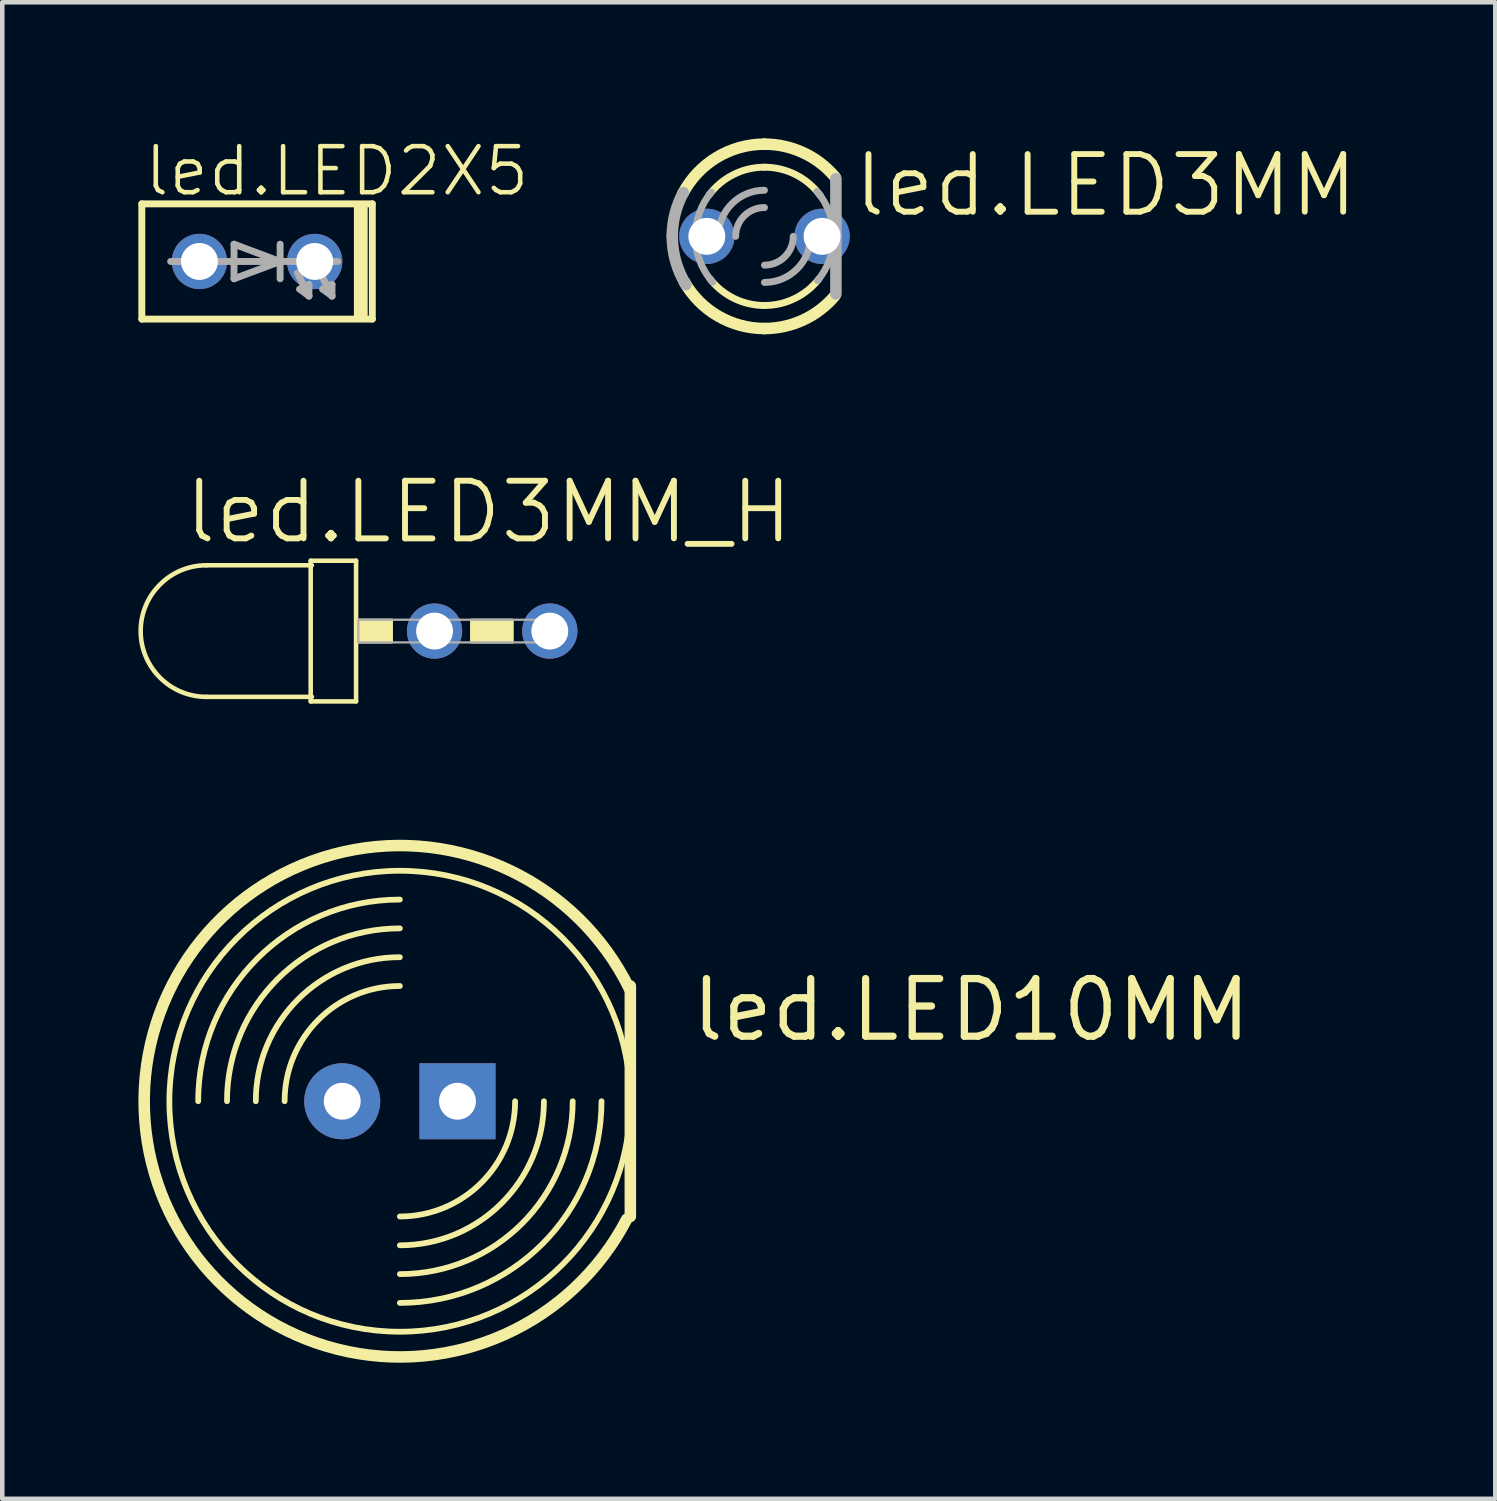
<source format=kicad_pcb>
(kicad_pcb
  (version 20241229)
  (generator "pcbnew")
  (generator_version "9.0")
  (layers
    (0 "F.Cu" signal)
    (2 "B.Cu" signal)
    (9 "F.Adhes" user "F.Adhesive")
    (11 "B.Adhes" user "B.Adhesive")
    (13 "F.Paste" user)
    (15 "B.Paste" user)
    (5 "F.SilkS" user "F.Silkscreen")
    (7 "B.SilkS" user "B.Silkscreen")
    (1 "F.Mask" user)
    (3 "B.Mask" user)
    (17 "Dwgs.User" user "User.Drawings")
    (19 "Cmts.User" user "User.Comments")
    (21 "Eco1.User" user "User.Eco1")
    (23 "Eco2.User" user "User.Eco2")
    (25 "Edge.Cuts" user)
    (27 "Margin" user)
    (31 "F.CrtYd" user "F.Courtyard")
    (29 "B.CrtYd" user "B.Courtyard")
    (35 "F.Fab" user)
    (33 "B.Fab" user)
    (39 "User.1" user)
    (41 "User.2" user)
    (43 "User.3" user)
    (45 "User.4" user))
  (footprint "led.LED3MM_H"
    (layer "F.Cu")
    (at 7.798 10.859)
    (property "Reference" "led.LED3MM_H" (at -6.845 -1.881 0) (layer "F.SilkS") (effects (font (size 1.27 1.27) (thickness 0.13)) (justify left bottom)))
    (attr through_hole)
    (fp_line (start -6.298 1.45) (end -4 1.45) (stroke (width 0.1) (type default)) (layer "F.SilkS"))
    (fp_line (start -4 -1.55) (end -4 -1.45) (stroke (width 0.1) (type default)) (layer "F.SilkS"))
    (fp_line (start -4 -1.45) (end -6.298 -1.45) (stroke (width 0.1) (type default)) (layer "F.SilkS"))
    (fp_line (start -4 -1.45) (end -4 1.45) (stroke (width 0.1) (type default)) (layer "F.SilkS"))
    (fp_line (start -4 1.45) (end -4 1.55) (stroke (width 0.1) (type default)) (layer "F.SilkS"))
    (fp_line (start -4 1.45) (end -3.973 1.45) (stroke (width 0.1) (type default)) (layer "F.SilkS"))
    (fp_line (start -4 1.55) (end -3 1.55) (stroke (width 0.1) (type default)) (layer "F.SilkS"))
    (fp_line (start -3.973 -1.45) (end -4 -1.45) (stroke (width 0.1) (type default)) (layer "F.SilkS"))
    (fp_line (start -3 -1.55) (end -4 -1.55) (stroke (width 0.1) (type default)) (layer "F.SilkS"))
    (fp_line (start -3 1.55) (end -3 -1.55) (stroke (width 0.1) (type default)) (layer "F.SilkS"))
    (fp_rect (start -2.95 0.25) (end -2.212 -0.25) (stroke (width 0.05) (type default)) (fill yes) (layer "F.SilkS"))
    (fp_rect (start -0.463 0.25) (end 0.45 -0.25) (stroke (width 0.05) (type default)) (fill yes) (layer "F.SilkS"))
    (fp_arc (start -6.2975 1.45) (mid -7.7475 0) (end -6.2975 -1.45) (stroke (width 0.1) (type default)) (layer "F.SilkS"))
    (fp_rect (start -2.95 0.25) (end 1.55 -0.25) (stroke (width 0.05) (type default)) (fill no) (layer "F.Fab"))
    (pad "A" thru_hole circle (at -1.27 0) (size 1.219 1.219) (drill 0.813) (layers "*.Cu" "*.Mask"))
    (pad "K" thru_hole circle (at 1.27 0) (size 1.219 1.219) (drill 0.813) (layers "*.Cu" "*.Mask")))
  (footprint "led.LED2X5"
    (layer "F.Cu")
    (at 2.616 2.713)
    (property "Reference" "led.LED2X5" (at -2.54 -1.397 0) (layer "F.SilkS") (effects (font (size 1.016 1.016) (thickness 0.1)) (justify left bottom)))
    (attr through_hole)
    (fp_line (start -2.54 1.27) (end -2.54 -1.27) (stroke (width 0.152) (type default)) (layer "F.SilkS"))
    (fp_line (start -2.54 1.27) (end 2.54 1.27) (stroke (width 0.152) (type default)) (layer "F.SilkS"))
    (fp_line (start 2.54 -1.27) (end -2.54 -1.27) (stroke (width 0.152) (type default)) (layer "F.SilkS"))
    (fp_line (start 2.54 -1.27) (end 2.54 1.27) (stroke (width 0.152) (type default)) (layer "F.SilkS"))
    (fp_rect (start 2.159 1.27) (end 2.413 -1.27) (stroke (width 0.05) (type default)) (fill yes) (layer "F.SilkS"))
    (fp_line (start -1.905 0) (end 0.508 0) (stroke (width 0.152) (type default)) (layer "F.Fab"))
    (fp_line (start -0.508 -0.381) (end -0.508 0.381) (stroke (width 0.152) (type default)) (layer "F.Fab"))
    (fp_line (start -0.508 -0.381) (end 0.508 0) (stroke (width 0.152) (type default)) (layer "F.Fab"))
    (fp_line (start 0.508 -0.381) (end 0.508 0) (stroke (width 0.152) (type default)) (layer "F.Fab"))
    (fp_line (start 0.508 0) (end -0.508 0.381) (stroke (width 0.152) (type default)) (layer "F.Fab"))
    (fp_line (start 0.508 0) (end 0.508 0.381) (stroke (width 0.152) (type default)) (layer "F.Fab"))
    (fp_line (start 0.508 0) (end 1.778 0) (stroke (width 0.152) (type default)) (layer "F.Fab"))
    (fp_line (start 0.889 0.254) (end 1.143 0.762) (stroke (width 0.152) (type default)) (layer "F.Fab"))
    (fp_line (start 0.94 0.61) (end 1.143 0.508) (stroke (width 0.152) (type default)) (layer "F.Fab"))
    (fp_line (start 1.143 0.762) (end 0.94 0.61) (stroke (width 0.152) (type default)) (layer "F.Fab"))
    (fp_line (start 1.143 0.762) (end 1.143 0.508) (stroke (width 0.152) (type default)) (layer "F.Fab"))
    (fp_line (start 1.397 0.254) (end 1.651 0.762) (stroke (width 0.152) (type default)) (layer "F.Fab"))
    (fp_line (start 1.448 0.61) (end 1.651 0.508) (stroke (width 0.152) (type default)) (layer "F.Fab"))
    (fp_line (start 1.651 0.762) (end 1.448 0.61) (stroke (width 0.152) (type default)) (layer "F.Fab"))
    (fp_line (start 1.651 0.762) (end 1.651 0.508) (stroke (width 0.152) (type default)) (layer "F.Fab"))
    (pad "A" thru_hole circle (at -1.27 0) (size 1.219 1.219) (drill 0.813) (layers "*.Cu" "*.Mask"))
    (pad "K" thru_hole circle (at 1.27 0) (size 1.219 1.219) (drill 0.813) (layers "*.Cu" "*.Mask")))
  (footprint "led.LED10MM"
    (layer "F.Cu")
    (at 5.763 21.222)
    (property "Reference" "led.LED10MM" (at 6.35 -1.27 0) (layer "F.SilkS") (effects (font (size 1.27 1.27) (thickness 0.16)) (justify left bottom)))
    (attr through_hole)
    (fp_line (start 5.08 -2.54) (end 5.08 2.54) (stroke (width 0.254) (type default)) (layer "F.SilkS"))
    (fp_arc (start -4.445 0) (mid -3.14309 -3.14309) (end 0 -4.445) (stroke (width 0.127) (type default)) (layer "F.SilkS"))
    (fp_arc (start -3.81 0) (mid -2.694077 -2.694077) (end 0 -3.81) (stroke (width 0.127) (type default)) (layer "F.SilkS"))
    (fp_arc (start -3.175 0) (mid -2.245064 -2.245064) (end 0 -3.175) (stroke (width 0.127) (type default)) (layer "F.SilkS"))
    (fp_arc (start -2.54 0) (mid -1.796051 -1.796051) (end 0 -2.54) (stroke (width 0.127) (type default)) (layer "F.SilkS"))
    (fp_arc (start 2.54 0) (mid 1.796051 1.796051) (end 0 2.54) (stroke (width 0.127) (type default)) (layer "F.SilkS"))
    (fp_arc (start 3.175 0) (mid 2.245064 2.245064) (end 0 3.175) (stroke (width 0.127) (type default)) (layer "F.SilkS"))
    (fp_arc (start 3.81 0) (mid 2.694077 2.694077) (end 0 3.81) (stroke (width 0.127) (type default)) (layer "F.SilkS"))
    (fp_arc (start 4.445 0) (mid 3.14309 3.14309) (end 0 4.445) (stroke (width 0.127) (type default)) (layer "F.SilkS"))
    (fp_arc (start 5 2.6) (mid -5.635204 -0.06691) (end 5.060324 -2.480548) (stroke (width 0.254) (type default)) (layer "F.SilkS"))
    (fp_circle (center 0 0) (end 5.08 0) (stroke (width 0.127) (type default)) (fill no) (layer "F.SilkS"))
    (pad "A" thru_hole circle (at -1.27 0) (size 1.676 1.676) (drill 0.813) (layers "*.Cu" "*.Mask"))
    (pad "K" thru_hole rect (at 1.27 0) (size 1.676 1.676) (drill 0.813) (layers "*.Cu" "*.Mask")))
  (footprint "led.LED3MM"
    (layer "F.Cu")
    (at 13.799 2.159)
    (property "Reference" "led.LED3MM" (at 1.905 -0.381 0) (layer "F.SilkS") (effects (font (size 1.27 1.27) (thickness 0.13)) (justify left bottom)))
    (attr through_hole)
    (fp_arc (start -1.7929 -0.9562) (mid -1.045438 -1.7424) (end 0 -2.032) (stroke (width 0.254) (type default)) (layer "F.SilkS"))
    (fp_arc (start -1.2192 -0.9144) (mid -0.681554 -1.363107) (end 0 -1.524) (stroke (width 0.1524) (type default)) (layer "F.SilkS"))
    (fp_arc (start 0 -2.032) (mid 0.861864 -1.840173) (end 1.561 -1.3009) (stroke (width 0.254) (type default)) (layer "F.SilkS"))
    (fp_arc (start 0 -1.524) (mid 0.697339 -1.355082) (end 1.2401 -0.8858) (stroke (width 0.1524) (type default)) (layer "F.SilkS"))
    (fp_arc (start 0 1.524) (mid -0.669593 1.369018) (end -1.203 0.9356) (stroke (width 0.1524) (type default)) (layer "F.SilkS"))
    (fp_arc (start 0 2.032) (mid -1.019924 1.757525) (end -1.7643 1.0082) (stroke (width 0.254) (type default)) (layer "F.SilkS"))
    (fp_arc (start 1.203 0.9356) (mid 0.669593 1.369018) (end 0 1.524) (stroke (width 0.1524) (type default)) (layer "F.SilkS"))
    (fp_arc (start 1.5512 1.3126) (mid 0.854953 1.843405) (end 0 2.032) (stroke (width 0.254) (type default)) (layer "F.SilkS"))
    (fp_line (start 1.575 1.27) (end 1.575 -1.27) (stroke (width 0.254) (type default)) (layer "F.Fab"))
    (fp_arc (start -2.032 0) (mid -1.970339 -0.496775) (end -1.7891 -0.9634) (stroke (width 0.254) (type default)) (layer "F.Fab"))
    (fp_arc (start -1.7306 1.065) (mid -1.95521 0.553417) (end -2.032 0) (stroke (width 0.254) (type default)) (layer "F.Fab"))
    (fp_arc (start -1.524 0) (mid -1.432981 -0.518783) (end -1.1708 -0.9756) (stroke (width 0.1524) (type default)) (layer "F.Fab"))
    (fp_arc (start -1.1391 1.0125) (mid -1.42454 0.5416) (end -1.524 0) (stroke (width 0.1524) (type default)) (layer "F.Fab"))
    (fp_arc (start -1.016 0) (mid -0.71842 -0.71842) (end 0 -1.016) (stroke (width 0.1524) (type default)) (layer "F.Fab"))
    (fp_arc (start -0.635 0) (mid -0.449013 -0.449013) (end 0 -0.635) (stroke (width 0.1524) (type default)) (layer "F.Fab"))
    (fp_arc (start 0.635 0) (mid 0.449013 0.449013) (end 0 0.635) (stroke (width 0.1524) (type default)) (layer "F.Fab"))
    (fp_arc (start 1.016 0) (mid 0.71842 0.71842) (end 0 1.016) (stroke (width 0.1524) (type default)) (layer "F.Fab"))
    (fp_arc (start 1.1571 -0.9918) (mid 1.429332 -0.528744) (end 1.524 0) (stroke (width 0.1524) (type default)) (layer "F.Fab"))
    (fp_arc (start 1.524 0) (mid 1.432981 0.518783) (end 1.1708 0.9756) (stroke (width 0.1524) (type default)) (layer "F.Fab"))
    (pad "A" thru_hole circle (at -1.27 0) (size 1.219 1.219) (drill 0.813) (layers "*.Cu" "*.Mask"))
    (pad "K" thru_hole circle (at 1.27 0) (size 1.219 1.219) (drill 0.813) (layers "*.Cu" "*.Mask")))
  (gr_rect
    (start -3 -3)
    (end 29.907 29.984)
    (stroke (width 0.1) (type default))
    (fill no)
    (layer "Edge.Cuts")))
</source>
